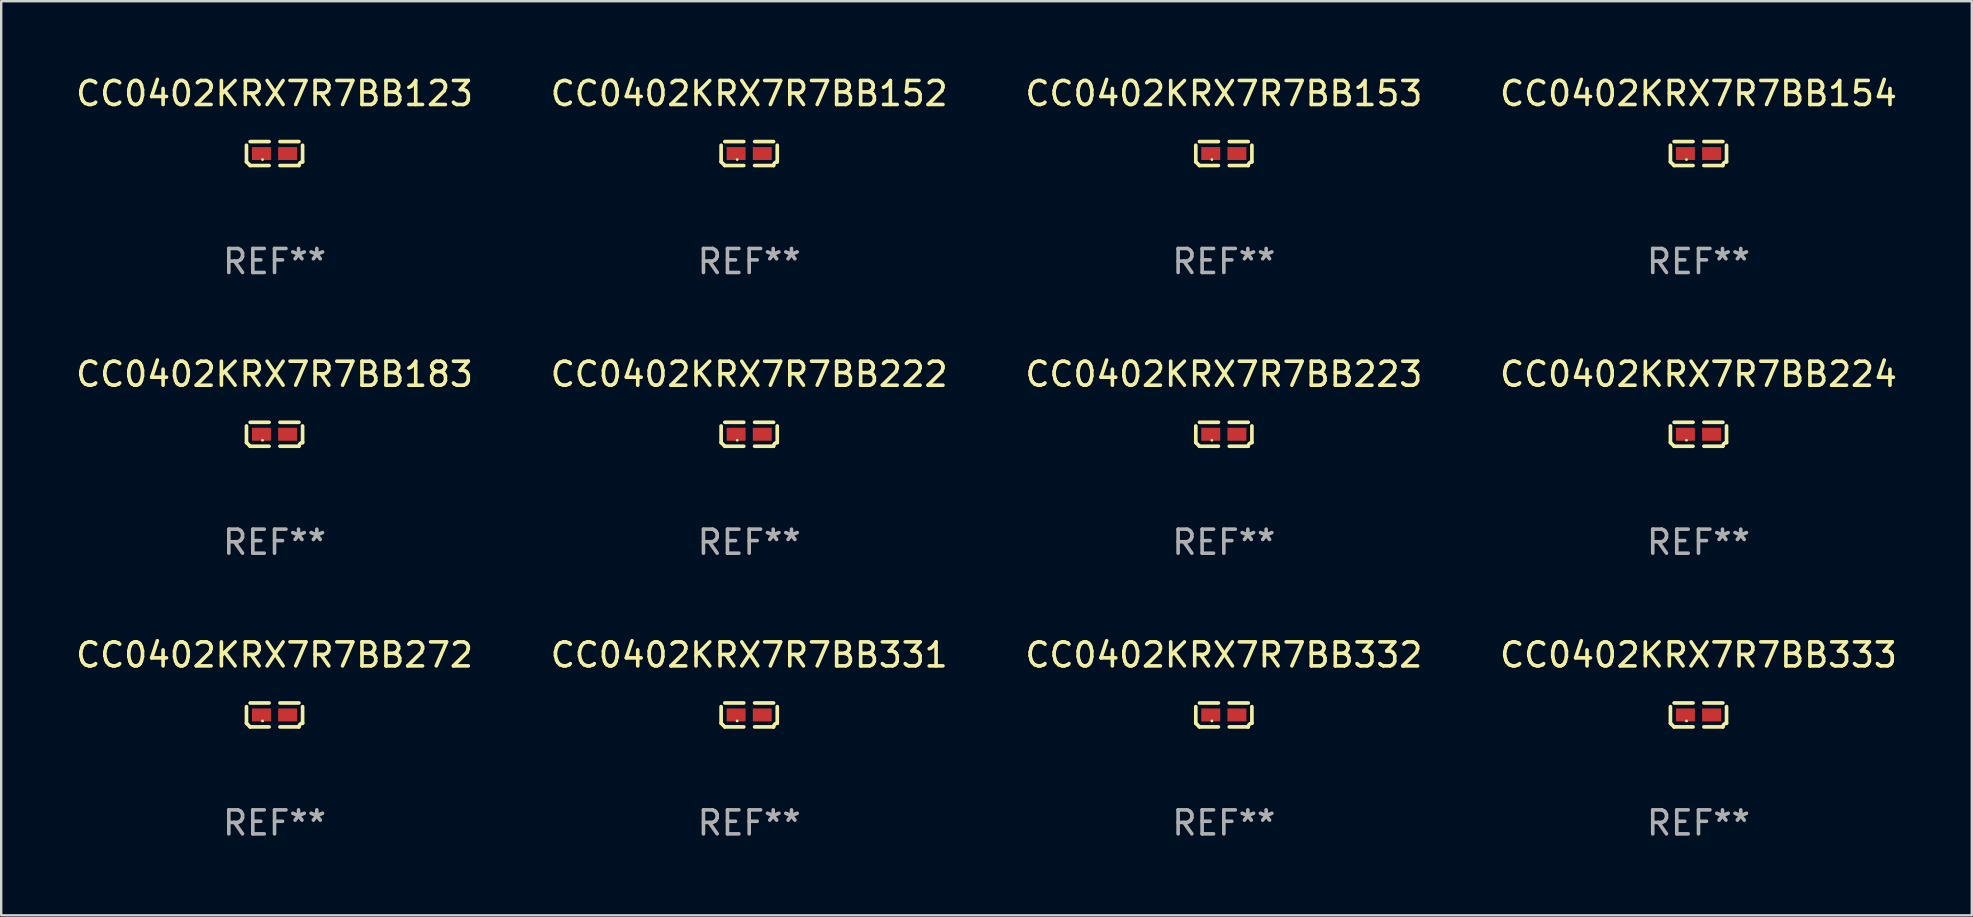
<source format=kicad_pcb>
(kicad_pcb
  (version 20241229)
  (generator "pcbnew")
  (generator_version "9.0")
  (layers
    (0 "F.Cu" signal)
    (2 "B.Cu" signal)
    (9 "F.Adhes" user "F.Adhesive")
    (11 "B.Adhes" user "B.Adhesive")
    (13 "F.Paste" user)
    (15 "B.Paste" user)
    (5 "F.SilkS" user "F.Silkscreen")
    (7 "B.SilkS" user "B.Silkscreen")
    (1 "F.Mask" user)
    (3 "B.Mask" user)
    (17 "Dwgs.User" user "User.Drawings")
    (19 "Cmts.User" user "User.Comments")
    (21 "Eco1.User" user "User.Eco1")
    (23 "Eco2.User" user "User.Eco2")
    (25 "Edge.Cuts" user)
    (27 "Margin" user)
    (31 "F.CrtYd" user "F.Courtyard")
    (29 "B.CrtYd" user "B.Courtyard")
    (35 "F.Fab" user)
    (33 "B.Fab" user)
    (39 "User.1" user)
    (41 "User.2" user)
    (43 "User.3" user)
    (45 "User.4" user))
  (footprint "CC0402KRX7R7BB153"
    (layer "F.Cu")
    (at 47.935 3.347)
    (property "Reference" "CC0402KRX7R7BB153" (at 0 -2.499 0) (layer "F.SilkS") (effects (font (size 1 1) (thickness 0.15))))
    (attr through_hole)
    (fp_line (start -1.169 0.346) (end -1.169 -0.346) (stroke (width 0.152) (type solid)) (layer "F.SilkS"))
    (fp_line (start -1.016 -0.499) (end -0.226 -0.499) (stroke (width 0.152) (type solid)) (layer "F.SilkS"))
    (fp_line (start -0.226 0.499) (end -1.016 0.499) (stroke (width 0.152) (type solid)) (layer "F.SilkS"))
    (fp_line (start 0.226 0.499) (end 1.016 0.499) (stroke (width 0.152) (type solid)) (layer "F.SilkS"))
    (fp_line (start 1.016 -0.499) (end 0.226 -0.499) (stroke (width 0.152) (type solid)) (layer "F.SilkS"))
    (fp_line (start 1.169 0.346) (end 1.169 -0.346) (stroke (width 0.152) (type solid)) (layer "F.SilkS"))
    (fp_arc (start -1.016307 0.498603) (mid -1.092512 0.422405) (end -1.16871 0.3462) (stroke (width 0.1524) (type solid)) (layer "F.SilkS"))
    (fp_arc (start 1.016307 0.498603) (mid 1.060899 0.390758) (end 1.168707 0.346076) (stroke (width 0.1524) (type solid)) (layer "F.SilkS"))
    (fp_circle (center -0.5 0.25) (end -0.47 0.25) (stroke (width 0.06) (type solid)) (fill no) (layer "F.SilkS"))
    (fp_text user "REF**" (at 0 4.499 0) (layer "F.Fab") (effects (font (size 1 1) (thickness 0.15))))
    (pad "1" smd rect (at -0.545 0) (size 0.79 0.54) (layers "F.Cu" "F.Mask" "F.Paste"))
    (pad "2" smd rect (at 0.545 0) (size 0.79 0.54) (layers "F.Cu" "F.Mask" "F.Paste")))
  (footprint "CC0402KRX7R7BB123"
    (layer "F.Cu")
    (at 8.387 3.347)
    (property "Reference" "CC0402KRX7R7BB123" (at 0 -2.499 0) (layer "F.SilkS") (effects (font (size 1 1) (thickness 0.15))))
    (attr through_hole)
    (fp_line (start -1.169 0.346) (end -1.169 -0.346) (stroke (width 0.152) (type solid)) (layer "F.SilkS"))
    (fp_line (start -1.016 -0.499) (end -0.226 -0.499) (stroke (width 0.152) (type solid)) (layer "F.SilkS"))
    (fp_line (start -0.226 0.499) (end -1.016 0.499) (stroke (width 0.152) (type solid)) (layer "F.SilkS"))
    (fp_line (start 0.226 0.499) (end 1.016 0.499) (stroke (width 0.152) (type solid)) (layer "F.SilkS"))
    (fp_line (start 1.016 -0.499) (end 0.226 -0.499) (stroke (width 0.152) (type solid)) (layer "F.SilkS"))
    (fp_line (start 1.169 0.346) (end 1.169 -0.346) (stroke (width 0.152) (type solid)) (layer "F.SilkS"))
    (fp_arc (start -1.016307 0.498603) (mid -1.092512 0.422405) (end -1.16871 0.3462) (stroke (width 0.1524) (type solid)) (layer "F.SilkS"))
    (fp_arc (start 1.016307 0.498603) (mid 1.060899 0.390758) (end 1.168707 0.346076) (stroke (width 0.1524) (type solid)) (layer "F.SilkS"))
    (fp_circle (center -0.5 0.25) (end -0.47 0.25) (stroke (width 0.06) (type solid)) (fill no) (layer "F.SilkS"))
    (fp_text user "REF**" (at 0 4.499 0) (layer "F.Fab") (effects (font (size 1 1) (thickness 0.15))))
    (pad "1" smd rect (at -0.545 0) (size 0.79 0.54) (layers "F.Cu" "F.Mask" "F.Paste"))
    (pad "2" smd rect (at 0.545 0) (size 0.79 0.54) (layers "F.Cu" "F.Mask" "F.Paste")))
  (footprint "CC0402KRX7R7BB331"
    (layer "F.Cu")
    (at 28.161 26.734)
    (property "Reference" "CC0402KRX7R7BB331" (at 0 -2.499 0) (layer "F.SilkS") (effects (font (size 1 1) (thickness 0.15))))
    (attr through_hole)
    (fp_line (start -1.169 0.346) (end -1.169 -0.346) (stroke (width 0.152) (type solid)) (layer "F.SilkS"))
    (fp_line (start -1.016 -0.499) (end -0.226 -0.499) (stroke (width 0.152) (type solid)) (layer "F.SilkS"))
    (fp_line (start -0.226 0.499) (end -1.016 0.499) (stroke (width 0.152) (type solid)) (layer "F.SilkS"))
    (fp_line (start 0.226 0.499) (end 1.016 0.499) (stroke (width 0.152) (type solid)) (layer "F.SilkS"))
    (fp_line (start 1.016 -0.499) (end 0.226 -0.499) (stroke (width 0.152) (type solid)) (layer "F.SilkS"))
    (fp_line (start 1.169 0.346) (end 1.169 -0.346) (stroke (width 0.152) (type solid)) (layer "F.SilkS"))
    (fp_arc (start -1.016307 0.498603) (mid -1.092512 0.422405) (end -1.16871 0.3462) (stroke (width 0.1524) (type solid)) (layer "F.SilkS"))
    (fp_arc (start 1.016307 0.498603) (mid 1.060899 0.390758) (end 1.168707 0.346076) (stroke (width 0.1524) (type solid)) (layer "F.SilkS"))
    (fp_circle (center -0.5 0.25) (end -0.47 0.25) (stroke (width 0.06) (type solid)) (fill no) (layer "F.SilkS"))
    (fp_text user "REF**" (at 0 4.499 0) (layer "F.Fab") (effects (font (size 1 1) (thickness 0.15))))
    (pad "1" smd rect (at -0.545 0) (size 0.79 0.54) (layers "F.Cu" "F.Mask" "F.Paste"))
    (pad "2" smd rect (at 0.545 0) (size 0.79 0.54) (layers "F.Cu" "F.Mask" "F.Paste")))
  (footprint "CC0402KRX7R7BB154"
    (layer "F.Cu")
    (at 67.708 3.347)
    (property "Reference" "CC0402KRX7R7BB154" (at 0 -2.499 0) (layer "F.SilkS") (effects (font (size 1 1) (thickness 0.15))))
    (attr through_hole)
    (fp_line (start -1.169 0.346) (end -1.169 -0.346) (stroke (width 0.152) (type solid)) (layer "F.SilkS"))
    (fp_line (start -1.016 -0.499) (end -0.226 -0.499) (stroke (width 0.152) (type solid)) (layer "F.SilkS"))
    (fp_line (start -0.226 0.499) (end -1.016 0.499) (stroke (width 0.152) (type solid)) (layer "F.SilkS"))
    (fp_line (start 0.226 0.499) (end 1.016 0.499) (stroke (width 0.152) (type solid)) (layer "F.SilkS"))
    (fp_line (start 1.016 -0.499) (end 0.226 -0.499) (stroke (width 0.152) (type solid)) (layer "F.SilkS"))
    (fp_line (start 1.169 0.346) (end 1.169 -0.346) (stroke (width 0.152) (type solid)) (layer "F.SilkS"))
    (fp_arc (start -1.016307 0.498603) (mid -1.092512 0.422405) (end -1.16871 0.3462) (stroke (width 0.1524) (type solid)) (layer "F.SilkS"))
    (fp_arc (start 1.016307 0.498603) (mid 1.060899 0.390758) (end 1.168707 0.346076) (stroke (width 0.1524) (type solid)) (layer "F.SilkS"))
    (fp_circle (center -0.5 0.25) (end -0.47 0.25) (stroke (width 0.06) (type solid)) (fill no) (layer "F.SilkS"))
    (fp_text user "REF**" (at 0 4.499 0) (layer "F.Fab") (effects (font (size 1 1) (thickness 0.15))))
    (pad "1" smd rect (at -0.545 0) (size 0.79 0.54) (layers "F.Cu" "F.Mask" "F.Paste"))
    (pad "2" smd rect (at 0.545 0) (size 0.79 0.54) (layers "F.Cu" "F.Mask" "F.Paste")))
  (footprint "CC0402KRX7R7BB223"
    (layer "F.Cu")
    (at 47.935 15.041)
    (property "Reference" "CC0402KRX7R7BB223" (at 0 -2.499 0) (layer "F.SilkS") (effects (font (size 1 1) (thickness 0.15))))
    (attr through_hole)
    (fp_line (start -1.169 0.346) (end -1.169 -0.346) (stroke (width 0.152) (type solid)) (layer "F.SilkS"))
    (fp_line (start -1.016 -0.499) (end -0.226 -0.499) (stroke (width 0.152) (type solid)) (layer "F.SilkS"))
    (fp_line (start -0.226 0.499) (end -1.016 0.499) (stroke (width 0.152) (type solid)) (layer "F.SilkS"))
    (fp_line (start 0.226 0.499) (end 1.016 0.499) (stroke (width 0.152) (type solid)) (layer "F.SilkS"))
    (fp_line (start 1.016 -0.499) (end 0.226 -0.499) (stroke (width 0.152) (type solid)) (layer "F.SilkS"))
    (fp_line (start 1.169 0.346) (end 1.169 -0.346) (stroke (width 0.152) (type solid)) (layer "F.SilkS"))
    (fp_arc (start -1.016307 0.498603) (mid -1.092512 0.422405) (end -1.16871 0.3462) (stroke (width 0.1524) (type solid)) (layer "F.SilkS"))
    (fp_arc (start 1.016307 0.498603) (mid 1.060899 0.390758) (end 1.168707 0.346076) (stroke (width 0.1524) (type solid)) (layer "F.SilkS"))
    (fp_circle (center -0.5 0.25) (end -0.47 0.25) (stroke (width 0.06) (type solid)) (fill no) (layer "F.SilkS"))
    (fp_text user "REF**" (at 0 4.499 0) (layer "F.Fab") (effects (font (size 1 1) (thickness 0.15))))
    (pad "1" smd rect (at -0.545 0) (size 0.79 0.54) (layers "F.Cu" "F.Mask" "F.Paste"))
    (pad "2" smd rect (at 0.545 0) (size 0.79 0.54) (layers "F.Cu" "F.Mask" "F.Paste")))
  (footprint "CC0402KRX7R7BB224"
    (layer "F.Cu")
    (at 67.708 15.041)
    (property "Reference" "CC0402KRX7R7BB224" (at 0 -2.499 0) (layer "F.SilkS") (effects (font (size 1 1) (thickness 0.15))))
    (attr through_hole)
    (fp_line (start -1.169 0.346) (end -1.169 -0.346) (stroke (width 0.152) (type solid)) (layer "F.SilkS"))
    (fp_line (start -1.016 -0.499) (end -0.226 -0.499) (stroke (width 0.152) (type solid)) (layer "F.SilkS"))
    (fp_line (start -0.226 0.499) (end -1.016 0.499) (stroke (width 0.152) (type solid)) (layer "F.SilkS"))
    (fp_line (start 0.226 0.499) (end 1.016 0.499) (stroke (width 0.152) (type solid)) (layer "F.SilkS"))
    (fp_line (start 1.016 -0.499) (end 0.226 -0.499) (stroke (width 0.152) (type solid)) (layer "F.SilkS"))
    (fp_line (start 1.169 0.346) (end 1.169 -0.346) (stroke (width 0.152) (type solid)) (layer "F.SilkS"))
    (fp_arc (start -1.016307 0.498603) (mid -1.092512 0.422405) (end -1.16871 0.3462) (stroke (width 0.1524) (type solid)) (layer "F.SilkS"))
    (fp_arc (start 1.016307 0.498603) (mid 1.060899 0.390758) (end 1.168707 0.346076) (stroke (width 0.1524) (type solid)) (layer "F.SilkS"))
    (fp_circle (center -0.5 0.25) (end -0.47 0.25) (stroke (width 0.06) (type solid)) (fill no) (layer "F.SilkS"))
    (fp_text user "REF**" (at 0 4.499 0) (layer "F.Fab") (effects (font (size 1 1) (thickness 0.15))))
    (pad "1" smd rect (at -0.545 0) (size 0.79 0.54) (layers "F.Cu" "F.Mask" "F.Paste"))
    (pad "2" smd rect (at 0.545 0) (size 0.79 0.54) (layers "F.Cu" "F.Mask" "F.Paste")))
  (footprint "CC0402KRX7R7BB333"
    (layer "F.Cu")
    (at 67.708 26.734)
    (property "Reference" "CC0402KRX7R7BB333" (at 0 -2.499 0) (layer "F.SilkS") (effects (font (size 1 1) (thickness 0.15))))
    (attr through_hole)
    (fp_line (start -1.169 0.346) (end -1.169 -0.346) (stroke (width 0.152) (type solid)) (layer "F.SilkS"))
    (fp_line (start -1.016 -0.499) (end -0.226 -0.499) (stroke (width 0.152) (type solid)) (layer "F.SilkS"))
    (fp_line (start -0.226 0.499) (end -1.016 0.499) (stroke (width 0.152) (type solid)) (layer "F.SilkS"))
    (fp_line (start 0.226 0.499) (end 1.016 0.499) (stroke (width 0.152) (type solid)) (layer "F.SilkS"))
    (fp_line (start 1.016 -0.499) (end 0.226 -0.499) (stroke (width 0.152) (type solid)) (layer "F.SilkS"))
    (fp_line (start 1.169 0.346) (end 1.169 -0.346) (stroke (width 0.152) (type solid)) (layer "F.SilkS"))
    (fp_arc (start -1.016307 0.498603) (mid -1.092512 0.422405) (end -1.16871 0.3462) (stroke (width 0.1524) (type solid)) (layer "F.SilkS"))
    (fp_arc (start 1.016307 0.498603) (mid 1.060899 0.390758) (end 1.168707 0.346076) (stroke (width 0.1524) (type solid)) (layer "F.SilkS"))
    (fp_circle (center -0.5 0.25) (end -0.47 0.25) (stroke (width 0.06) (type solid)) (fill no) (layer "F.SilkS"))
    (fp_text user "REF**" (at 0 4.499 0) (layer "F.Fab") (effects (font (size 1 1) (thickness 0.15))))
    (pad "1" smd rect (at -0.545 0) (size 0.79 0.54) (layers "F.Cu" "F.Mask" "F.Paste"))
    (pad "2" smd rect (at 0.545 0) (size 0.79 0.54) (layers "F.Cu" "F.Mask" "F.Paste")))
  (footprint "CC0402KRX7R7BB272"
    (layer "F.Cu")
    (at 8.387 26.734)
    (property "Reference" "CC0402KRX7R7BB272" (at 0 -2.499 0) (layer "F.SilkS") (effects (font (size 1 1) (thickness 0.15))))
    (attr through_hole)
    (fp_line (start -1.169 0.346) (end -1.169 -0.346) (stroke (width 0.152) (type solid)) (layer "F.SilkS"))
    (fp_line (start -1.016 -0.499) (end -0.226 -0.499) (stroke (width 0.152) (type solid)) (layer "F.SilkS"))
    (fp_line (start -0.226 0.499) (end -1.016 0.499) (stroke (width 0.152) (type solid)) (layer "F.SilkS"))
    (fp_line (start 0.226 0.499) (end 1.016 0.499) (stroke (width 0.152) (type solid)) (layer "F.SilkS"))
    (fp_line (start 1.016 -0.499) (end 0.226 -0.499) (stroke (width 0.152) (type solid)) (layer "F.SilkS"))
    (fp_line (start 1.169 0.346) (end 1.169 -0.346) (stroke (width 0.152) (type solid)) (layer "F.SilkS"))
    (fp_arc (start -1.016307 0.498603) (mid -1.092512 0.422405) (end -1.16871 0.3462) (stroke (width 0.1524) (type solid)) (layer "F.SilkS"))
    (fp_arc (start 1.016307 0.498603) (mid 1.060899 0.390758) (end 1.168707 0.346076) (stroke (width 0.1524) (type solid)) (layer "F.SilkS"))
    (fp_circle (center -0.5 0.25) (end -0.47 0.25) (stroke (width 0.06) (type solid)) (fill no) (layer "F.SilkS"))
    (fp_text user "REF**" (at 0 4.499 0) (layer "F.Fab") (effects (font (size 1 1) (thickness 0.15))))
    (pad "1" smd rect (at -0.545 0) (size 0.79 0.54) (layers "F.Cu" "F.Mask" "F.Paste"))
    (pad "2" smd rect (at 0.545 0) (size 0.79 0.54) (layers "F.Cu" "F.Mask" "F.Paste")))
  (footprint "CC0402KRX7R7BB332"
    (layer "F.Cu")
    (at 47.935 26.734)
    (property "Reference" "CC0402KRX7R7BB332" (at 0 -2.499 0) (layer "F.SilkS") (effects (font (size 1 1) (thickness 0.15))))
    (attr through_hole)
    (fp_line (start -1.169 0.346) (end -1.169 -0.346) (stroke (width 0.152) (type solid)) (layer "F.SilkS"))
    (fp_line (start -1.016 -0.499) (end -0.226 -0.499) (stroke (width 0.152) (type solid)) (layer "F.SilkS"))
    (fp_line (start -0.226 0.499) (end -1.016 0.499) (stroke (width 0.152) (type solid)) (layer "F.SilkS"))
    (fp_line (start 0.226 0.499) (end 1.016 0.499) (stroke (width 0.152) (type solid)) (layer "F.SilkS"))
    (fp_line (start 1.016 -0.499) (end 0.226 -0.499) (stroke (width 0.152) (type solid)) (layer "F.SilkS"))
    (fp_line (start 1.169 0.346) (end 1.169 -0.346) (stroke (width 0.152) (type solid)) (layer "F.SilkS"))
    (fp_arc (start -1.016307 0.498603) (mid -1.092512 0.422405) (end -1.16871 0.3462) (stroke (width 0.1524) (type solid)) (layer "F.SilkS"))
    (fp_arc (start 1.016307 0.498603) (mid 1.060899 0.390758) (end 1.168707 0.346076) (stroke (width 0.1524) (type solid)) (layer "F.SilkS"))
    (fp_circle (center -0.5 0.25) (end -0.47 0.25) (stroke (width 0.06) (type solid)) (fill no) (layer "F.SilkS"))
    (fp_text user "REF**" (at 0 4.499 0) (layer "F.Fab") (effects (font (size 1 1) (thickness 0.15))))
    (pad "1" smd rect (at -0.545 0) (size 0.79 0.54) (layers "F.Cu" "F.Mask" "F.Paste"))
    (pad "2" smd rect (at 0.545 0) (size 0.79 0.54) (layers "F.Cu" "F.Mask" "F.Paste")))
  (footprint "CC0402KRX7R7BB152"
    (layer "F.Cu")
    (at 28.161 3.347)
    (property "Reference" "CC0402KRX7R7BB152" (at 0 -2.499 0) (layer "F.SilkS") (effects (font (size 1 1) (thickness 0.15))))
    (attr through_hole)
    (fp_line (start -1.169 0.346) (end -1.169 -0.346) (stroke (width 0.152) (type solid)) (layer "F.SilkS"))
    (fp_line (start -1.016 -0.499) (end -0.226 -0.499) (stroke (width 0.152) (type solid)) (layer "F.SilkS"))
    (fp_line (start -0.226 0.499) (end -1.016 0.499) (stroke (width 0.152) (type solid)) (layer "F.SilkS"))
    (fp_line (start 0.226 0.499) (end 1.016 0.499) (stroke (width 0.152) (type solid)) (layer "F.SilkS"))
    (fp_line (start 1.016 -0.499) (end 0.226 -0.499) (stroke (width 0.152) (type solid)) (layer "F.SilkS"))
    (fp_line (start 1.169 0.346) (end 1.169 -0.346) (stroke (width 0.152) (type solid)) (layer "F.SilkS"))
    (fp_arc (start -1.016307 0.498603) (mid -1.092512 0.422405) (end -1.16871 0.3462) (stroke (width 0.1524) (type solid)) (layer "F.SilkS"))
    (fp_arc (start 1.016307 0.498603) (mid 1.060899 0.390758) (end 1.168707 0.346076) (stroke (width 0.1524) (type solid)) (layer "F.SilkS"))
    (fp_circle (center -0.5 0.25) (end -0.47 0.25) (stroke (width 0.06) (type solid)) (fill no) (layer "F.SilkS"))
    (fp_text user "REF**" (at 0 4.499 0) (layer "F.Fab") (effects (font (size 1 1) (thickness 0.15))))
    (pad "1" smd rect (at -0.545 0) (size 0.79 0.54) (layers "F.Cu" "F.Mask" "F.Paste"))
    (pad "2" smd rect (at 0.545 0) (size 0.79 0.54) (layers "F.Cu" "F.Mask" "F.Paste")))
  (footprint "CC0402KRX7R7BB183"
    (layer "F.Cu")
    (at 8.387 15.041)
    (property "Reference" "CC0402KRX7R7BB183" (at 0 -2.499 0) (layer "F.SilkS") (effects (font (size 1 1) (thickness 0.15))))
    (attr through_hole)
    (fp_line (start -1.169 0.346) (end -1.169 -0.346) (stroke (width 0.152) (type solid)) (layer "F.SilkS"))
    (fp_line (start -1.016 -0.499) (end -0.226 -0.499) (stroke (width 0.152) (type solid)) (layer "F.SilkS"))
    (fp_line (start -0.226 0.499) (end -1.016 0.499) (stroke (width 0.152) (type solid)) (layer "F.SilkS"))
    (fp_line (start 0.226 0.499) (end 1.016 0.499) (stroke (width 0.152) (type solid)) (layer "F.SilkS"))
    (fp_line (start 1.016 -0.499) (end 0.226 -0.499) (stroke (width 0.152) (type solid)) (layer "F.SilkS"))
    (fp_line (start 1.169 0.346) (end 1.169 -0.346) (stroke (width 0.152) (type solid)) (layer "F.SilkS"))
    (fp_arc (start -1.016307 0.498603) (mid -1.092512 0.422405) (end -1.16871 0.3462) (stroke (width 0.1524) (type solid)) (layer "F.SilkS"))
    (fp_arc (start 1.016307 0.498603) (mid 1.060899 0.390758) (end 1.168707 0.346076) (stroke (width 0.1524) (type solid)) (layer "F.SilkS"))
    (fp_circle (center -0.5 0.25) (end -0.47 0.25) (stroke (width 0.06) (type solid)) (fill no) (layer "F.SilkS"))
    (fp_text user "REF**" (at 0 4.499 0) (layer "F.Fab") (effects (font (size 1 1) (thickness 0.15))))
    (pad "1" smd rect (at -0.545 0) (size 0.79 0.54) (layers "F.Cu" "F.Mask" "F.Paste"))
    (pad "2" smd rect (at 0.545 0) (size 0.79 0.54) (layers "F.Cu" "F.Mask" "F.Paste")))
  (footprint "CC0402KRX7R7BB222"
    (layer "F.Cu")
    (at 28.161 15.041)
    (property "Reference" "CC0402KRX7R7BB222" (at 0 -2.499 0) (layer "F.SilkS") (effects (font (size 1 1) (thickness 0.15))))
    (attr through_hole)
    (fp_line (start -1.169 0.346) (end -1.169 -0.346) (stroke (width 0.152) (type solid)) (layer "F.SilkS"))
    (fp_line (start -1.016 -0.499) (end -0.226 -0.499) (stroke (width 0.152) (type solid)) (layer "F.SilkS"))
    (fp_line (start -0.226 0.499) (end -1.016 0.499) (stroke (width 0.152) (type solid)) (layer "F.SilkS"))
    (fp_line (start 0.226 0.499) (end 1.016 0.499) (stroke (width 0.152) (type solid)) (layer "F.SilkS"))
    (fp_line (start 1.016 -0.499) (end 0.226 -0.499) (stroke (width 0.152) (type solid)) (layer "F.SilkS"))
    (fp_line (start 1.169 0.346) (end 1.169 -0.346) (stroke (width 0.152) (type solid)) (layer "F.SilkS"))
    (fp_arc (start -1.016307 0.498603) (mid -1.092512 0.422405) (end -1.16871 0.3462) (stroke (width 0.1524) (type solid)) (layer "F.SilkS"))
    (fp_arc (start 1.016307 0.498603) (mid 1.060899 0.390758) (end 1.168707 0.346076) (stroke (width 0.1524) (type solid)) (layer "F.SilkS"))
    (fp_circle (center -0.5 0.25) (end -0.47 0.25) (stroke (width 0.06) (type solid)) (fill no) (layer "F.SilkS"))
    (fp_text user "REF**" (at 0 4.499 0) (layer "F.Fab") (effects (font (size 1 1) (thickness 0.15))))
    (pad "1" smd rect (at -0.545 0) (size 0.79 0.54) (layers "F.Cu" "F.Mask" "F.Paste"))
    (pad "2" smd rect (at 0.545 0) (size 0.79 0.54) (layers "F.Cu" "F.Mask" "F.Paste")))
  (gr_rect
    (start -3 -3)
    (end 79.095 35.081)
    (stroke (width 0.1) (type default))
    (fill no)
    (layer "Edge.Cuts")))
</source>
